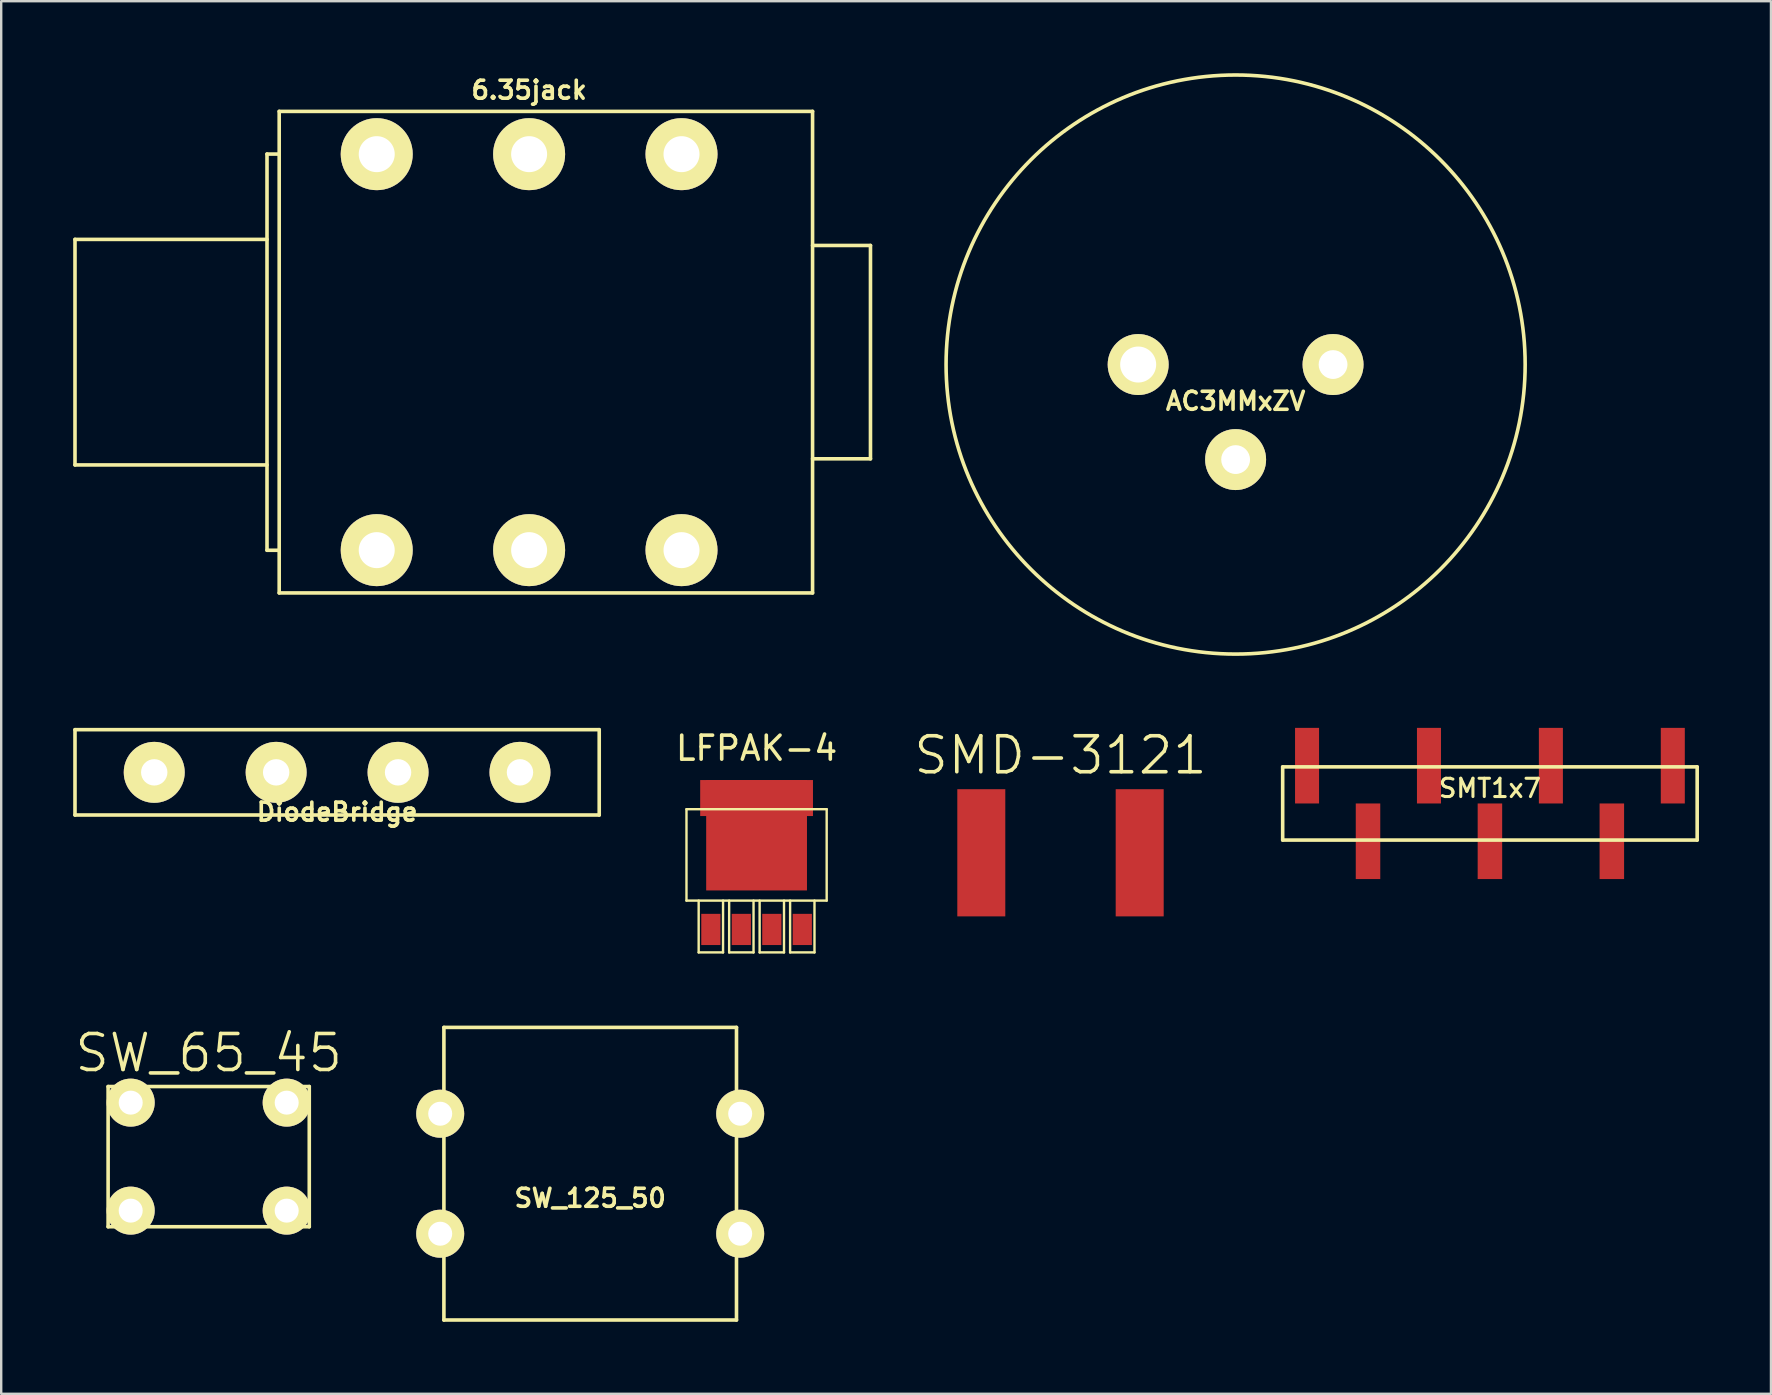
<source format=kicad_pcb>
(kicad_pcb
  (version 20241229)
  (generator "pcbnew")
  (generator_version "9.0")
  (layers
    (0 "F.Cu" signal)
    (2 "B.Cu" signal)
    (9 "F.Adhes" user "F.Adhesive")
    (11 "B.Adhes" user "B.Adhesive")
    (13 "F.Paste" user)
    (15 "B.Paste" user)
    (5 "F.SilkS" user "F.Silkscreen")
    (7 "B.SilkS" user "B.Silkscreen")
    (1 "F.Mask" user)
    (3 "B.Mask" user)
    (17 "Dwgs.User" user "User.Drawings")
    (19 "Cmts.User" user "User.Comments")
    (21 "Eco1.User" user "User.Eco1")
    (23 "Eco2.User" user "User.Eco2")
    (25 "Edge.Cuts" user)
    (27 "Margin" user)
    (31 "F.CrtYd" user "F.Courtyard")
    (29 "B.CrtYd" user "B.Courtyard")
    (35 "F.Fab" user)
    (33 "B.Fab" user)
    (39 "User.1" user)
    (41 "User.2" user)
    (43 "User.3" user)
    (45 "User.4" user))
  (footprint "LFPAK-4"
    (layer "F.Cu")
    (at 28.476 32.954)
    (property "Reference" "LFPAK-4" (at 0 -4.826 0) (layer "F.SilkS") (effects (font (size 1 1) (thickness 0.15))))
    (attr through_hole)
    (fp_line (start -2.921 -2.286) (end -2.921 1.524) (stroke (width 0.1) (type solid)) (layer "F.SilkS"))
    (fp_line (start -2.921 1.524) (end 2.921 1.524) (stroke (width 0.1) (type solid)) (layer "F.SilkS"))
    (fp_line (start -2.413 3.683) (end -2.413 1.524) (stroke (width 0.1) (type solid)) (layer "F.SilkS"))
    (fp_line (start -1.397 1.524) (end -1.397 3.683) (stroke (width 0.1) (type solid)) (layer "F.SilkS"))
    (fp_line (start -1.397 3.683) (end -2.413 3.683) (stroke (width 0.1) (type solid)) (layer "F.SilkS"))
    (fp_line (start -1.143 1.524) (end -1.143 3.683) (stroke (width 0.1) (type solid)) (layer "F.SilkS"))
    (fp_line (start -1.143 3.683) (end -0.127 3.683) (stroke (width 0.1) (type solid)) (layer "F.SilkS"))
    (fp_line (start -0.127 3.683) (end -0.127 1.524) (stroke (width 0.1) (type solid)) (layer "F.SilkS"))
    (fp_line (start 0.127 1.524) (end 0.127 3.683) (stroke (width 0.1) (type solid)) (layer "F.SilkS"))
    (fp_line (start 0.127 3.683) (end 1.143 3.683) (stroke (width 0.1) (type solid)) (layer "F.SilkS"))
    (fp_line (start 1.143 3.683) (end 1.143 1.524) (stroke (width 0.1) (type solid)) (layer "F.SilkS"))
    (fp_line (start 1.397 1.524) (end 1.397 3.683) (stroke (width 0.1) (type solid)) (layer "F.SilkS"))
    (fp_line (start 1.397 3.683) (end 2.413 3.683) (stroke (width 0.1) (type solid)) (layer "F.SilkS"))
    (fp_line (start 2.413 3.683) (end 2.413 1.524) (stroke (width 0.1) (type solid)) (layer "F.SilkS"))
    (fp_line (start 2.921 -2.286) (end -2.921 -2.286) (stroke (width 0.1) (type solid)) (layer "F.SilkS"))
    (fp_line (start 2.921 1.524) (end 2.921 -2.286) (stroke (width 0.1) (type solid)) (layer "F.SilkS"))
    (pad "D" smd rect (at 0 -2.75) (size 4.7 1.5) (layers "F.Cu" "F.Mask" "F.Paste"))
    (pad "D" smd rect (at 0 -1.2) (size 4.2 4.6) (layers "F.Cu" "F.Mask" "F.Paste"))
    (pad "G" smd rect (at 1.905 2.725) (size 0.8 1.3) (layers "F.Cu" "F.Mask" "F.Paste"))
    (pad "S" smd rect (at -1.905 2.725) (size 0.8 1.3) (layers "F.Cu" "F.Mask" "F.Paste"))
    (pad "S" smd rect (at -0.635 2.725) (size 0.8 1.3) (layers "F.Cu" "F.Mask" "F.Paste"))
    (pad "S" smd rect (at 0.635 2.725) (size 0.8 1.3) (layers "F.Cu" "F.Mask" "F.Paste")))
  (footprint "DiodeBridge"
    (layer "F.Cu")
    (at 10.997 29.133)
    (property "Reference" "DiodeBridge" (at 0 1.651 0) (layer "F.SilkS") (effects (font (size 0.75 0.75) (thickness 0.15))))
    (attr through_hole)
    (fp_line (start -10.922 -1.778) (end -10.922 1.778) (stroke (width 0.15) (type solid)) (layer "F.SilkS"))
    (fp_line (start -10.922 1.778) (end 10.922 1.778) (stroke (width 0.15) (type solid)) (layer "F.SilkS"))
    (fp_line (start 10.922 -1.778) (end -10.922 -1.778) (stroke (width 0.15) (type solid)) (layer "F.SilkS"))
    (fp_line (start 10.922 1.778) (end 10.922 -1.778) (stroke (width 0.15) (type solid)) (layer "F.SilkS"))
    (pad "1" thru_hole circle (at 7.62 0) (size 2.54 2.54) (drill 1.1) (layers "*.Cu" "*.Mask" "F.SilkS"))
    (pad "2" thru_hole circle (at -2.54 0) (size 2.54 2.54) (drill 1.1) (layers "*.Cu" "*.Mask" "F.SilkS"))
    (pad "3" thru_hole circle (at -7.62 0) (size 2.54 2.54) (drill 1.1) (layers "*.Cu" "*.Mask" "F.SilkS"))
    (pad "4" thru_hole circle (at 2.54 0) (size 2.54 2.54) (drill 1.1) (layers "*.Cu" "*.Mask" "F.SilkS")))
  (footprint "AC3MMxZV"
    (layer "F.Cu")
    (at 48.437 12.14)
    (property "Reference" "AC3MMxZV" (at 0 1.524 0) (layer "F.SilkS") (effects (font (size 0.75 0.75) (thickness 0.15))))
    (attr through_hole)
    (fp_circle (center 0 0) (end 12.065 0) (stroke (width 0.15) (type solid)) (fill no) (layer "F.SilkS"))
    (pad "1" thru_hole circle (at -4.06 0) (size 2.54 2.54) (drill 1.5) (layers "*.Cu" "*.Mask" "F.SilkS"))
    (pad "2" thru_hole circle (at 0 3.96) (size 2.54 2.54) (drill 1.2) (layers "*.Cu" "*.Mask" "F.SilkS"))
    (pad "3" thru_hole circle (at 4.06 0) (size 2.54 2.54) (drill 1.2) (layers "*.Cu" "*.Mask" "F.SilkS")))
  (footprint "SMD-3121"
    (layer "F.Cu")
    (at 41.14 32.485)
    (property "Reference" "SMD-3121" (at 0 -4.064 0) (layer "F.SilkS") (effects (font (size 1.5 1.5) (thickness 0.15))))
    (attr through_hole)
    (pad "1" smd rect (at -3.3 0) (size 2 5.3) (layers "F.Cu" "F.Mask" "F.Paste"))
    (pad "2" smd rect (at 3.3 0) (size 2 5.3) (layers "F.Cu" "F.Mask" "F.Paste")))
  (footprint "SW_65_45"
    (layer "F.Cu")
    (at 5.646 45.146)
    (property "Reference" "SW_65_45" (at 0 -4.318 0) (layer "F.SilkS") (effects (font (size 1.5 1.5) (thickness 0.15))))
    (attr through_hole)
    (fp_line (start -4.191 -2.921) (end 4.191 -2.921) (stroke (width 0.15) (type solid)) (layer "F.SilkS"))
    (fp_line (start -4.191 2.921) (end -4.191 -2.921) (stroke (width 0.15) (type solid)) (layer "F.SilkS"))
    (fp_line (start -4.191 2.921) (end 4.191 2.921) (stroke (width 0.15) (type solid)) (layer "F.SilkS"))
    (fp_line (start 4.191 -2.921) (end 4.191 2.921) (stroke (width 0.15) (type solid)) (layer "F.SilkS"))
    (pad "1" thru_hole circle (at -3.25 -2.25) (size 2 2) (drill 1) (layers "*.Cu" "*.Mask" "F.SilkS"))
    (pad "1" thru_hole circle (at 3.25 -2.25) (size 2 2) (drill 1) (layers "*.Cu" "*.Mask" "F.SilkS"))
    (pad "2" thru_hole circle (at -3.25 2.25) (size 2 2) (drill 1) (layers "*.Cu" "*.Mask" "F.SilkS"))
    (pad "2" thru_hole circle (at 3.25 2.25) (size 2 2) (drill 1) (layers "*.Cu" "*.Mask" "F.SilkS")))
  (footprint "6.35jack"
    (layer "F.Cu")
    (at 18.998 11.624)
    (property "Reference" "6.35jack" (at 0 -10.922 0) (layer "F.SilkS") (effects (font (size 0.75 0.75) (thickness 0.15))))
    (attr through_hole)
    (fp_line (start -18.923 4.699) (end -18.923 -4.699) (stroke (width 0.15) (type solid)) (layer "F.SilkS"))
    (fp_line (start -18.923 4.699) (end -10.922 4.699) (stroke (width 0.15) (type solid)) (layer "F.SilkS"))
    (fp_line (start -10.922 -8.255) (end -10.414 -8.255) (stroke (width 0.15) (type solid)) (layer "F.SilkS"))
    (fp_line (start -10.922 -4.699) (end -18.923 -4.699) (stroke (width 0.15) (type solid)) (layer "F.SilkS"))
    (fp_line (start -10.922 8.255) (end -10.922 -8.255) (stroke (width 0.15) (type solid)) (layer "F.SilkS"))
    (fp_line (start -10.922 8.255) (end -10.414 8.255) (stroke (width 0.15) (type solid)) (layer "F.SilkS"))
    (fp_line (start -10.414 10.033) (end -10.414 -10.033) (stroke (width 0.15) (type solid)) (layer "F.SilkS"))
    (fp_line (start -10.414 10.033) (end 11.811 10.033) (stroke (width 0.15) (type solid)) (layer "F.SilkS"))
    (fp_line (start 11.811 -10.033) (end -10.414 -10.033) (stroke (width 0.15) (type solid)) (layer "F.SilkS"))
    (fp_line (start 11.811 -10.033) (end 11.811 10.033) (stroke (width 0.15) (type solid)) (layer "F.SilkS"))
    (fp_line (start 11.811 -4.445) (end 14.224 -4.445) (stroke (width 0.15) (type solid)) (layer "F.SilkS"))
    (fp_line (start 11.811 4.445) (end 14.224 4.445) (stroke (width 0.15) (type solid)) (layer "F.SilkS"))
    (fp_line (start 14.224 -4.445) (end 14.224 4.445) (stroke (width 0.15) (type solid)) (layer "F.SilkS"))
    (pad "1" thru_hole circle (at 6.35 -8.25) (size 3 3) (drill 1.5) (layers "*.Cu" "*.Mask" "F.SilkS"))
    (pad "1" thru_hole circle (at 6.35 8.25) (size 3 3) (drill 1.5) (layers "*.Cu" "*.Mask" "F.SilkS"))
    (pad "2" thru_hole circle (at 0 -8.25) (size 3 3) (drill 1.5) (layers "*.Cu" "*.Mask" "F.SilkS"))
    (pad "2" thru_hole circle (at 0 8.25) (size 3 3) (drill 1.5) (layers "*.Cu" "*.Mask" "F.SilkS"))
    (pad "3" thru_hole circle (at -6.35 -8.25) (size 3 3) (drill 1.5) (layers "*.Cu" "*.Mask" "F.SilkS"))
    (pad "3" thru_hole circle (at -6.35 8.25) (size 3 3) (drill 1.5) (layers "*.Cu" "*.Mask" "F.SilkS")))
  (footprint "SW_125_50"
    (layer "F.Cu")
    (at 21.543 45.858)
    (property "Reference" "SW_125_50" (at 0 1.016 0) (layer "F.SilkS") (effects (font (size 0.75 0.75) (thickness 0.15))))
    (attr through_hole)
    (fp_line (start -6.096 -6.096) (end 6.096 -6.096) (stroke (width 0.15) (type solid)) (layer "F.SilkS"))
    (fp_line (start -6.096 6.096) (end -6.096 -6.096) (stroke (width 0.15) (type solid)) (layer "F.SilkS"))
    (fp_line (start 6.096 -6.096) (end 6.096 6.096) (stroke (width 0.15) (type solid)) (layer "F.SilkS"))
    (fp_line (start 6.096 6.096) (end -6.096 6.096) (stroke (width 0.15) (type solid)) (layer "F.SilkS"))
    (pad "1" thru_hole circle (at -6.25 -2.5) (size 2 2) (drill 1) (layers "*.Cu" "*.Mask" "F.SilkS"))
    (pad "1" thru_hole circle (at 6.25 -2.5) (size 2 2) (drill 1) (layers "*.Cu" "*.Mask" "F.SilkS"))
    (pad "2" thru_hole circle (at -6.25 2.5) (size 2 2) (drill 1) (layers "*.Cu" "*.Mask" "F.SilkS"))
    (pad "2" thru_hole circle (at 6.25 2.5) (size 2 2) (drill 1) (layers "*.Cu" "*.Mask" "F.SilkS")))
  (footprint "SMT1x7"
    (layer "F.Cu")
    (at 59.034 30.43)
    (property "Reference" "SMT1x7" (at 0 -0.635 0) (layer "F.SilkS") (effects (font (size 0.762 0.762) (thickness 0.127))))
    (attr smd)
    (fp_line (start -8.636 -1.524) (end 8.636 -1.524) (stroke (width 0.15) (type solid)) (layer "F.SilkS"))
    (fp_line (start -8.636 1.524) (end -8.636 -1.524) (stroke (width 0.15) (type solid)) (layer "F.SilkS"))
    (fp_line (start 8.636 -1.524) (end 8.636 1.524) (stroke (width 0.15) (type solid)) (layer "F.SilkS"))
    (fp_line (start 8.636 1.524) (end -8.636 1.524) (stroke (width 0.15) (type solid)) (layer "F.SilkS"))
    (pad "1" smd rect (at -7.62 -1.575) (size 1.001 3.15) (layers "F.Cu" "F.Mask" "F.Paste"))
    (pad "2" smd rect (at -5.08 1.575) (size 1.021 3.15) (layers "F.Cu" "F.Mask" "F.Paste"))
    (pad "3" smd rect (at -2.54 -1.575) (size 1.001 3.15) (layers "F.Cu" "F.Mask" "F.Paste"))
    (pad "4" smd rect (at 0 1.575) (size 1.021 3.15) (layers "F.Cu" "F.Mask" "F.Paste"))
    (pad "5" smd rect (at 2.54 -1.575) (size 1.001 3.15) (layers "F.Cu" "F.Mask" "F.Paste"))
    (pad "6" smd rect (at 5.08 1.575) (size 1.021 3.15) (layers "F.Cu" "F.Mask" "F.Paste"))
    (pad "7" smd rect (at 7.62 -1.575) (size 1.001 3.15) (layers "F.Cu" "F.Mask" "F.Paste")))
  (gr_rect
    (start -3 -3)
    (end 70.745 55.029)
    (stroke (width 0.1) (type default))
    (fill no)
    (layer "Edge.Cuts")))
</source>
